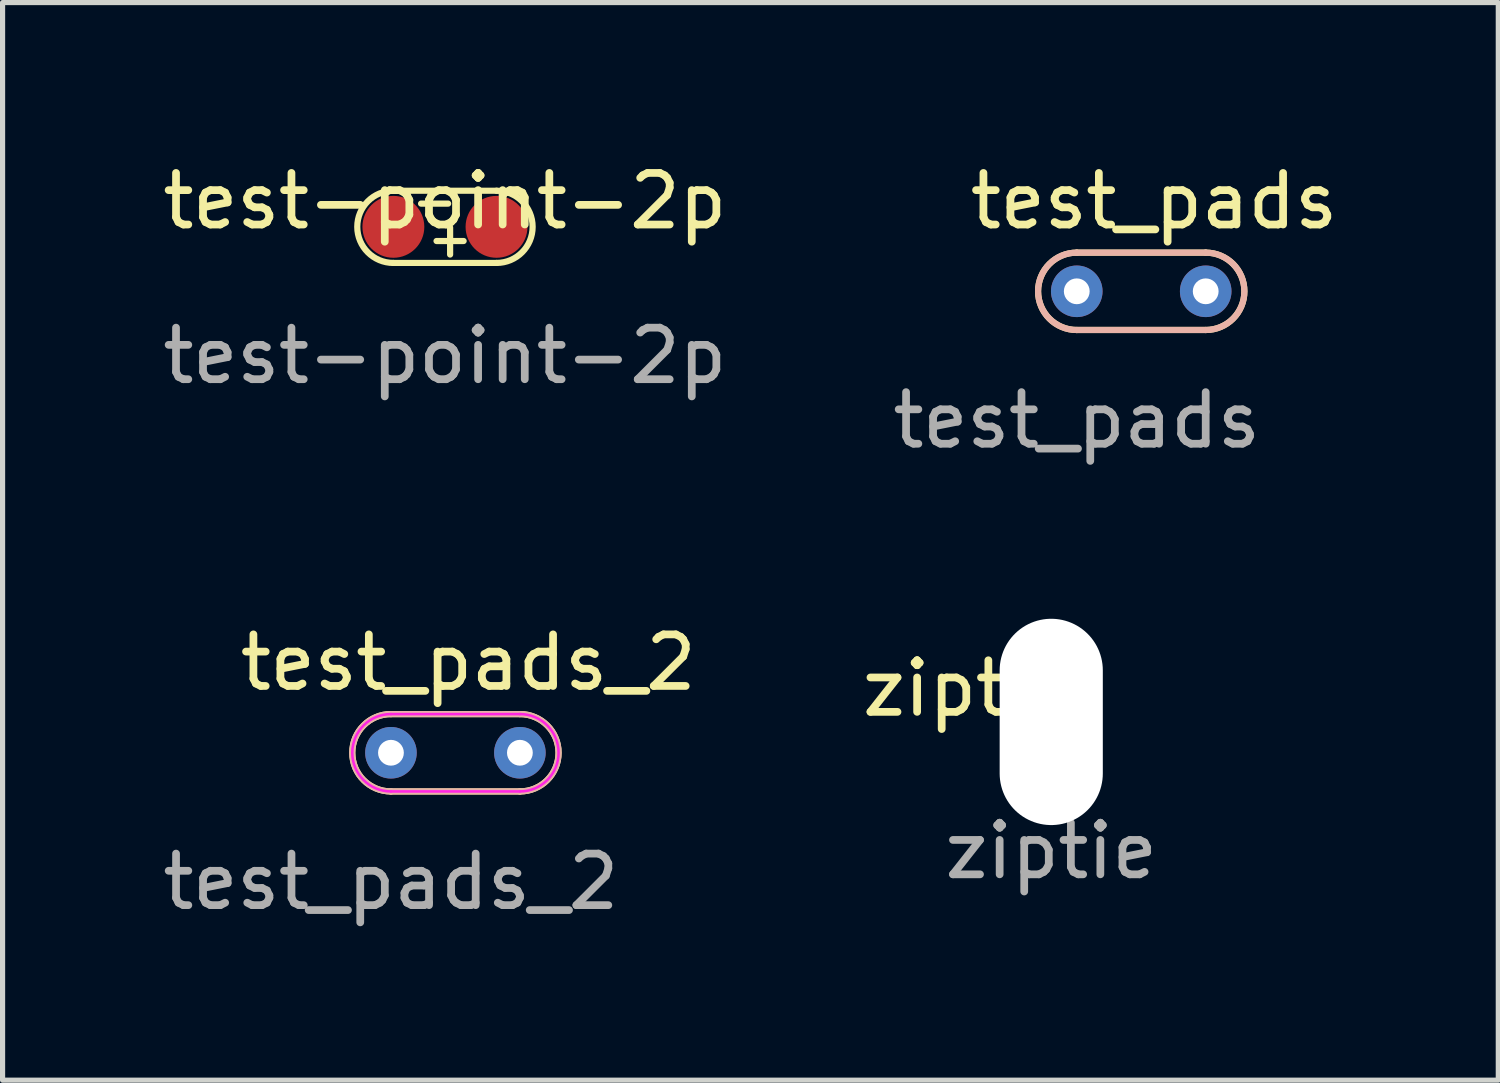
<source format=kicad_pcb>
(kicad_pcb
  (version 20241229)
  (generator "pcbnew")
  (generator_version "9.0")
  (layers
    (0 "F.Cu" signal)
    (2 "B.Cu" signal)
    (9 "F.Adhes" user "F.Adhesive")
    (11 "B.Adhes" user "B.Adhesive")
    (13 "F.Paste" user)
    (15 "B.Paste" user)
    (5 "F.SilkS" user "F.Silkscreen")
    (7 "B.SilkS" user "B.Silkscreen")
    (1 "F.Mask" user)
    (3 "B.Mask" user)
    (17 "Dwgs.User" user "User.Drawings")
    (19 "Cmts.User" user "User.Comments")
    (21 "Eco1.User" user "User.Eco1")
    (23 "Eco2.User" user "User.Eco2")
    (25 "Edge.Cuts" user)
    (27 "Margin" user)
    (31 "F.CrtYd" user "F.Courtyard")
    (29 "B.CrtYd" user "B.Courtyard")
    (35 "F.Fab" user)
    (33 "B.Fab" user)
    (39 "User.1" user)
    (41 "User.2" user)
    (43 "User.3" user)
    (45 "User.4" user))
  (footprint "test_pads"
    (layer "F.Cu")
    (at 17.827 2.598)
    (property "Reference" "test_pads" (at 1.5 -1.75 0) (unlocked yes) (layer "F.SilkS") (effects (font (size 1 1) (thickness 0.15))))
    (attr exclude_from_pos_files exclude_from_bom dnp)
    (fp_line (start 0 -0.75) (end 2.5 -0.75) (stroke (width 0.12) (type default)) (layer "F.SilkS"))
    (fp_line (start 2.5 0.75) (end 0 0.75) (stroke (width 0.12) (type default)) (layer "F.SilkS"))
    (fp_arc (start 0 0.75) (mid -0.75 0) (end 0 -0.75) (stroke (width 0.12) (type default)) (layer "F.SilkS"))
    (fp_arc (start 2.5 -0.75) (mid 3.25 0) (end 2.5 0.75) (stroke (width 0.12) (type default)) (layer "F.SilkS"))
    (fp_line (start 0 -0.75) (end 2.5 -0.75) (stroke (width 0.12) (type default)) (layer "B.SilkS"))
    (fp_line (start 2.5 0.75) (end 0 0.75) (stroke (width 0.12) (type default)) (layer "B.SilkS"))
    (fp_arc (start 0 0.75) (mid -0.75 0) (end 0 -0.75) (stroke (width 0.12) (type default)) (layer "B.SilkS"))
    (fp_arc (start 2.5 -0.75) (mid 3.25 0) (end 2.5 0.75) (stroke (width 0.12) (type default)) (layer "B.SilkS"))
    (fp_text user "${REFERENCE}" (at 0 2.5 0) (unlocked yes) (layer "F.Fab") (effects (font (size 1 1) (thickness 0.15))))
    (pad "1" thru_hole circle (at 0 0) (size 1 1) (drill 0.5) (layers "*.Cu" "*.Mask"))
    (pad "2" thru_hole circle (at 2.5 0) (size 1 1) (drill 0.5) (layers "*.Cu" "*.Mask")))
  (footprint "ziptie"
    (layer "F.Cu")
    (at 17.332 10.947)
    (property "Reference" "ziptie" (at -1.6 -0.65 0) (unlocked yes) (layer "F.SilkS") (effects (font (size 1 1) (thickness 0.15))))
    (attr smd)
    (fp_text user "${REFERENCE}" (at 0 2.5 0) (unlocked yes) (layer "F.Fab") (effects (font (size 1 1) (thickness 0.15))))
    (pad "" np_thru_hole oval (at 0 0) (size 2 4) (drill oval 2 4) (layers "*.Cu" "*.Mask")))
  (footprint "test-point-2p"
    (layer "F.Cu")
    (at 5.577 1.348)
    (property "Reference" "test-point-2p" (at 0 -0.5 0) (unlocked yes) (layer "F.SilkS") (effects (font (size 1 1) (thickness 0.15))))
    (attr smd exclude_from_pos_files exclude_from_bom allow_missing_courtyard)
    (fp_line (start -1 -0.7) (end 1 -0.7) (stroke (width 0.12) (type default)) (layer "F.SilkS"))
    (fp_line (start -0.463 -0.45) (end 0.062 -0.45) (stroke (width 0.12) (type default)) (layer "F.SilkS"))
    (fp_line (start -0.163 0.275) (end 0.362 0.275) (stroke (width 0.12) (type default)) (layer "F.SilkS"))
    (fp_line (start 0.1 0.537) (end 0.1 0.013) (stroke (width 0.12) (type default)) (layer "F.SilkS"))
    (fp_line (start 1 0.7) (end -1 0.7) (stroke (width 0.12) (type default)) (layer "F.SilkS"))
    (fp_arc (start -1 0.7) (mid -1.7 0) (end -1 -0.7) (stroke (width 0.12) (type default)) (layer "F.SilkS"))
    (fp_arc (start 1 -0.7) (mid 1.7 0) (end 1 0.7) (stroke (width 0.12) (type default)) (layer "F.SilkS"))
    (fp_text user "${REFERENCE}" (at 0 2.5 0) (unlocked yes) (layer "F.Fab") (effects (font (size 1 1) (thickness 0.15))))
    (pad "1" smd circle (at -1 0) (size 1.2 1.2) (layers "F.Cu" "F.Mask"))
    (pad "2" smd circle (at 1 0) (size 1.2 1.2) (layers "F.Cu" "F.Mask")))
  (footprint "test_pads_2"
    (layer "F.Cu")
    (at 4.53 11.545)
    (property "Reference" "test_pads_2" (at 1.5 -1.75 0) (unlocked yes) (layer "F.SilkS") (effects (font (size 1 1) (thickness 0.15))))
    (attr exclude_from_pos_files exclude_from_bom dnp)
    (fp_line (start 0 -0.75) (end 2.5 -0.75) (stroke (width 0.12) (type default)) (layer "F.SilkS"))
    (fp_line (start 2.5 0.75) (end 0 0.75) (stroke (width 0.12) (type default)) (layer "F.SilkS"))
    (fp_arc (start 0 0.75) (mid -0.75 0) (end 0 -0.75) (stroke (width 0.12) (type default)) (layer "F.SilkS"))
    (fp_arc (start 2.5 -0.75) (mid 3.25 0) (end 2.5 0.75) (stroke (width 0.12) (type default)) (layer "F.SilkS"))
    (fp_line (start 0 -0.75) (end 2.5 -0.75) (stroke (width 0.12) (type default)) (layer "B.SilkS"))
    (fp_line (start 2.5 0.75) (end 0 0.75) (stroke (width 0.12) (type default)) (layer "B.SilkS"))
    (fp_arc (start 0 0.75) (mid -0.75 0) (end 0 -0.75) (stroke (width 0.12) (type default)) (layer "B.SilkS"))
    (fp_arc (start 2.5 -0.75) (mid 3.25 0) (end 2.5 0.75) (stroke (width 0.12) (type default)) (layer "B.SilkS"))
    (fp_line (start 0 -0.75) (end 2.5 -0.75) (stroke (width 0.05) (type default)) (layer "F.CrtYd"))
    (fp_line (start 2.5 0.75) (end 0 0.75) (stroke (width 0.05) (type default)) (layer "F.CrtYd"))
    (fp_arc (start 0 0.75) (mid -0.75 0) (end 0 -0.75) (stroke (width 0.05) (type default)) (layer "F.CrtYd"))
    (fp_arc (start 2.5 -0.75) (mid 3.25 0) (end 2.5 0.75) (stroke (width 0.05) (type default)) (layer "F.CrtYd"))
    (fp_text user "${REFERENCE}" (at 0 2.5 0) (unlocked yes) (layer "F.Fab") (effects (font (size 1 1) (thickness 0.15))))
    (pad "1" thru_hole circle (at 0 0) (size 1 1) (drill 0.5) (layers "*.Cu" "*.Mask"))
    (pad "2" thru_hole circle (at 2.5 0) (size 1 1) (drill 0.5) (layers "*.Cu" "*.Mask")))
  (gr_rect
    (start -3 -3)
    (end 26 17.893)
    (stroke (width 0.1) (type default))
    (fill no)
    (layer "Edge.Cuts")))
</source>
